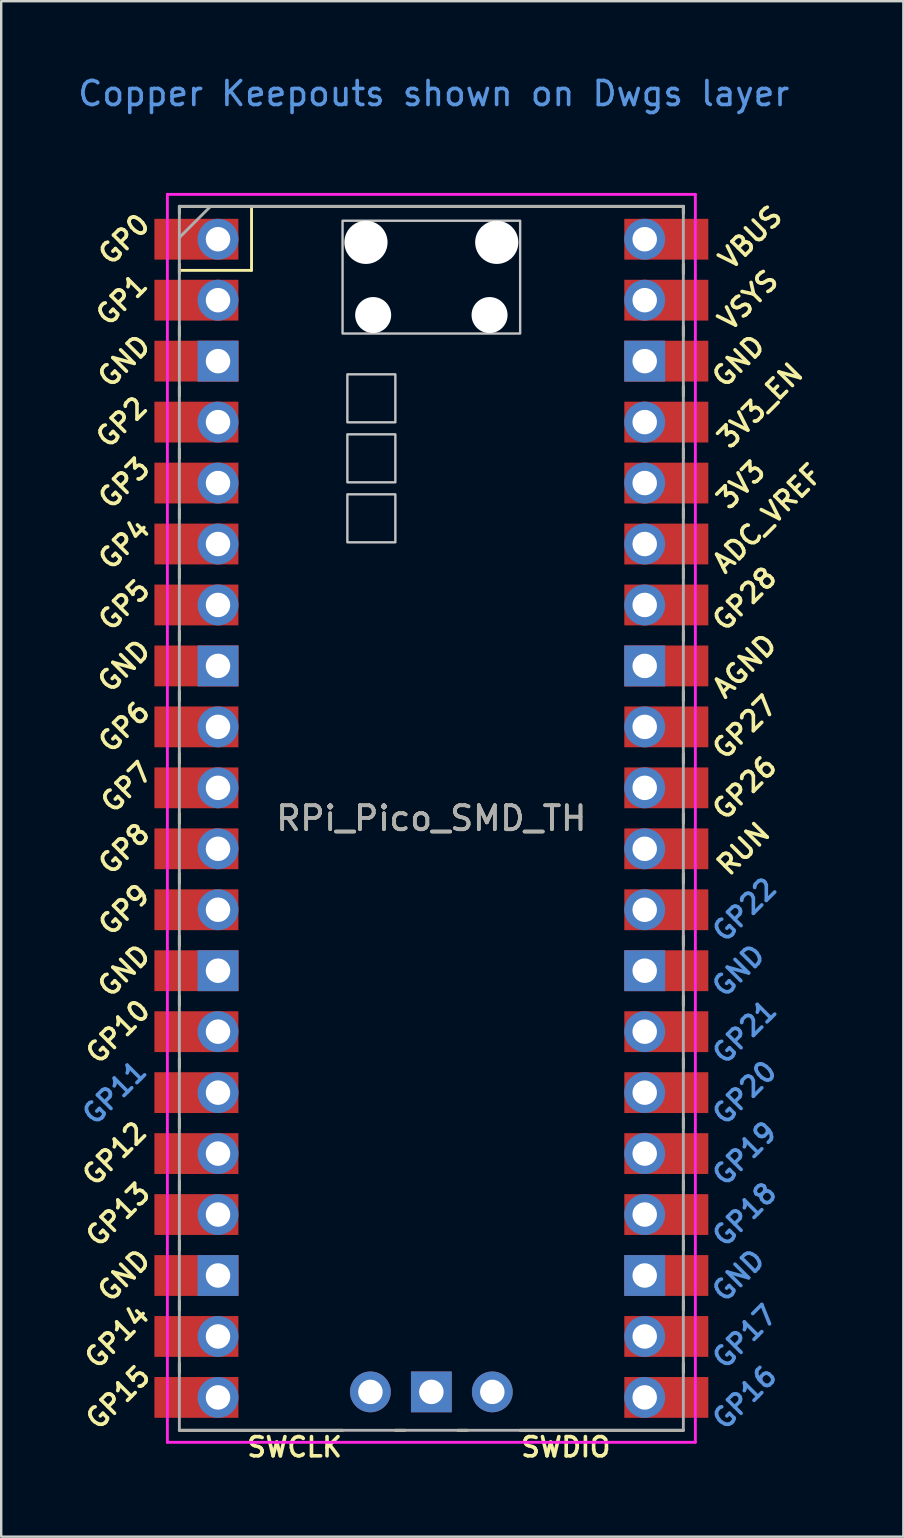
<source format=kicad_pcb>
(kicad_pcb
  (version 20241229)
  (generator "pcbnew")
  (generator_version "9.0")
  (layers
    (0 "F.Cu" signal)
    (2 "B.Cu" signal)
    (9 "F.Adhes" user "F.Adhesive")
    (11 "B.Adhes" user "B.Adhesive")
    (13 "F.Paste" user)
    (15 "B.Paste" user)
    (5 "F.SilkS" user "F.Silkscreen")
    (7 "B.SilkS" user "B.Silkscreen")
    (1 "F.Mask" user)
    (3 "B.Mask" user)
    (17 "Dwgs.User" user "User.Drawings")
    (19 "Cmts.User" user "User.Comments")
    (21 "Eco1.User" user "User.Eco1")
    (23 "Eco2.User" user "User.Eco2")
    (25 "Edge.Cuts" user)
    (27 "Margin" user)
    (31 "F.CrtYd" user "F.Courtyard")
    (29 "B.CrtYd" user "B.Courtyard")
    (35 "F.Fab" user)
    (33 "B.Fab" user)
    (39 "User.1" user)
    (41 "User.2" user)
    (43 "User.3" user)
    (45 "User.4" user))
  (footprint "RPi_Pico_SMD_TH"
    (layer "F.Cu")
    (at 14.924 31.048)
    (property "Reference" "RPi_Pico_SMD_TH" (at 0 0 0) (layer "F.SilkS") (effects (font (size 1 1) (thickness 0.15))))
    (fp_line (start -10.5 -25.5) (end -10.5 -25.2) (stroke (width 0.12) (type solid)) (layer "F.SilkS"))
    (fp_line (start -10.5 -25.5) (end 10.5 -25.5) (stroke (width 0.12) (type solid)) (layer "F.SilkS"))
    (fp_line (start -10.5 -23.1) (end -10.5 -22.7) (stroke (width 0.12) (type solid)) (layer "F.SilkS"))
    (fp_line (start -10.5 -22.833) (end -7.493 -22.833) (stroke (width 0.12) (type solid)) (layer "F.SilkS"))
    (fp_line (start -10.5 -20.5) (end -10.5 -20.1) (stroke (width 0.12) (type solid)) (layer "F.SilkS"))
    (fp_line (start -10.5 -18) (end -10.5 -17.6) (stroke (width 0.12) (type solid)) (layer "F.SilkS"))
    (fp_line (start -10.5 -15.4) (end -10.5 -15) (stroke (width 0.12) (type solid)) (layer "F.SilkS"))
    (fp_line (start -10.5 -12.9) (end -10.5 -12.5) (stroke (width 0.12) (type solid)) (layer "F.SilkS"))
    (fp_line (start -10.5 -10.4) (end -10.5 -10) (stroke (width 0.12) (type solid)) (layer "F.SilkS"))
    (fp_line (start -10.5 -7.8) (end -10.5 -7.4) (stroke (width 0.12) (type solid)) (layer "F.SilkS"))
    (fp_line (start -10.5 -5.3) (end -10.5 -4.9) (stroke (width 0.12) (type solid)) (layer "F.SilkS"))
    (fp_line (start -10.5 -2.7) (end -10.5 -2.3) (stroke (width 0.12) (type solid)) (layer "F.SilkS"))
    (fp_line (start -10.5 -0.2) (end -10.5 0.2) (stroke (width 0.12) (type solid)) (layer "F.SilkS"))
    (fp_line (start -10.5 2.3) (end -10.5 2.7) (stroke (width 0.12) (type solid)) (layer "F.SilkS"))
    (fp_line (start -10.5 4.9) (end -10.5 5.3) (stroke (width 0.12) (type solid)) (layer "F.SilkS"))
    (fp_line (start -10.5 7.4) (end -10.5 7.8) (stroke (width 0.12) (type solid)) (layer "F.SilkS"))
    (fp_line (start -10.5 10) (end -10.5 10.4) (stroke (width 0.12) (type solid)) (layer "F.SilkS"))
    (fp_line (start -10.5 12.5) (end -10.5 12.9) (stroke (width 0.12) (type solid)) (layer "F.SilkS"))
    (fp_line (start -10.5 15.1) (end -10.5 15.5) (stroke (width 0.12) (type solid)) (layer "F.SilkS"))
    (fp_line (start -10.5 17.6) (end -10.5 18) (stroke (width 0.12) (type solid)) (layer "F.SilkS"))
    (fp_line (start -10.5 20.1) (end -10.5 20.5) (stroke (width 0.12) (type solid)) (layer "F.SilkS"))
    (fp_line (start -10.5 22.7) (end -10.5 23.1) (stroke (width 0.12) (type solid)) (layer "F.SilkS"))
    (fp_line (start -7.493 -22.833) (end -7.493 -25.5) (stroke (width 0.12) (type solid)) (layer "F.SilkS"))
    (fp_line (start -3.7 25.5) (end -10.5 25.5) (stroke (width 0.12) (type solid)) (layer "F.SilkS"))
    (fp_line (start -1.5 25.5) (end -1.1 25.5) (stroke (width 0.12) (type solid)) (layer "F.SilkS"))
    (fp_line (start 1.1 25.5) (end 1.5 25.5) (stroke (width 0.12) (type solid)) (layer "F.SilkS"))
    (fp_line (start 10.5 -25.5) (end 10.5 -25.2) (stroke (width 0.12) (type solid)) (layer "F.SilkS"))
    (fp_line (start 10.5 -23.1) (end 10.5 -22.7) (stroke (width 0.12) (type solid)) (layer "F.SilkS"))
    (fp_line (start 10.5 -20.5) (end 10.5 -20.1) (stroke (width 0.12) (type solid)) (layer "F.SilkS"))
    (fp_line (start 10.5 -18) (end 10.5 -17.6) (stroke (width 0.12) (type solid)) (layer "F.SilkS"))
    (fp_line (start 10.5 -15.4) (end 10.5 -15) (stroke (width 0.12) (type solid)) (layer "F.SilkS"))
    (fp_line (start 10.5 -12.9) (end 10.5 -12.5) (stroke (width 0.12) (type solid)) (layer "F.SilkS"))
    (fp_line (start 10.5 -10.4) (end 10.5 -10) (stroke (width 0.12) (type solid)) (layer "F.SilkS"))
    (fp_line (start 10.5 -7.8) (end 10.5 -7.4) (stroke (width 0.12) (type solid)) (layer "F.SilkS"))
    (fp_line (start 10.5 -5.3) (end 10.5 -4.9) (stroke (width 0.12) (type solid)) (layer "F.SilkS"))
    (fp_line (start 10.5 -2.7) (end 10.5 -2.3) (stroke (width 0.12) (type solid)) (layer "F.SilkS"))
    (fp_line (start 10.5 -0.2) (end 10.5 0.2) (stroke (width 0.12) (type solid)) (layer "F.SilkS"))
    (fp_line (start 10.5 2.3) (end 10.5 2.7) (stroke (width 0.12) (type solid)) (layer "F.SilkS"))
    (fp_line (start 10.5 4.9) (end 10.5 5.3) (stroke (width 0.12) (type solid)) (layer "F.SilkS"))
    (fp_line (start 10.5 7.4) (end 10.5 7.8) (stroke (width 0.12) (type solid)) (layer "F.SilkS"))
    (fp_line (start 10.5 10) (end 10.5 10.4) (stroke (width 0.12) (type solid)) (layer "F.SilkS"))
    (fp_line (start 10.5 12.5) (end 10.5 12.9) (stroke (width 0.12) (type solid)) (layer "F.SilkS"))
    (fp_line (start 10.5 15.1) (end 10.5 15.5) (stroke (width 0.12) (type solid)) (layer "F.SilkS"))
    (fp_line (start 10.5 17.6) (end 10.5 18) (stroke (width 0.12) (type solid)) (layer "F.SilkS"))
    (fp_line (start 10.5 20.1) (end 10.5 20.5) (stroke (width 0.12) (type solid)) (layer "F.SilkS"))
    (fp_line (start 10.5 22.7) (end 10.5 23.1) (stroke (width 0.12) (type solid)) (layer "F.SilkS"))
    (fp_line (start 10.5 25.5) (end 3.7 25.5) (stroke (width 0.12) (type solid)) (layer "F.SilkS"))
    (fp_poly (pts (xy -1.5 -16.5) (xy -3.5 -16.5) (xy -3.5 -18.5) (xy -1.5 -18.5)) (stroke (width 0.1) (type solid)) (fill no) (layer "Dwgs.User"))
    (fp_poly (pts (xy -1.5 -14) (xy -3.5 -14) (xy -3.5 -16) (xy -1.5 -16)) (stroke (width 0.1) (type solid)) (fill no) (layer "Dwgs.User"))
    (fp_poly (pts (xy -1.5 -11.5) (xy -3.5 -11.5) (xy -3.5 -13.5) (xy -1.5 -13.5)) (stroke (width 0.1) (type solid)) (fill no) (layer "Dwgs.User"))
    (fp_poly (pts (xy 3.7 -20.2) (xy -3.7 -20.2) (xy -3.7 -24.9) (xy 3.7 -24.9)) (stroke (width 0.1) (type solid)) (fill no) (layer "Dwgs.User"))
    (fp_line (start -11 -26) (end 11 -26) (stroke (width 0.12) (type solid)) (layer "F.CrtYd"))
    (fp_line (start -11 26) (end -11 -26) (stroke (width 0.12) (type solid)) (layer "F.CrtYd"))
    (fp_line (start 11 -26) (end 11 26) (stroke (width 0.12) (type solid)) (layer "F.CrtYd"))
    (fp_line (start 11 26) (end -11 26) (stroke (width 0.12) (type solid)) (layer "F.CrtYd"))
    (fp_line (start -10.5 -25.5) (end 10.5 -25.5) (stroke (width 0.12) (type solid)) (layer "F.Fab"))
    (fp_line (start -10.5 -24.2) (end -9.2 -25.5) (stroke (width 0.12) (type solid)) (layer "F.Fab"))
    (fp_line (start -10.5 25.5) (end -10.5 -25.5) (stroke (width 0.12) (type solid)) (layer "F.Fab"))
    (fp_line (start 10.5 -25.5) (end 10.5 25.5) (stroke (width 0.12) (type solid)) (layer "F.Fab"))
    (fp_line (start 10.5 25.5) (end -10.5 25.5) (stroke (width 0.12) (type solid)) (layer "F.Fab"))
    (fp_text user "GP27" (at 13.054 -3.8 45) (layer "F.SilkS") (effects (font (size 0.8 0.8) (thickness 0.15))))
    (fp_text user "ADC_VREF" (at 14 -12.5 45) (layer "F.SilkS") (effects (font (size 0.8 0.8) (thickness 0.15))))
    (fp_text user "GP2" (at -12.9 -16.51 45) (layer "F.SilkS") (effects (font (size 0.8 0.8) (thickness 0.15))))
    (fp_text user "GP10" (at -13.054 8.89 45) (layer "F.SilkS") (effects (font (size 0.8 0.8) (thickness 0.15))))
    (fp_text user "GND" (at -12.8 -19.05 45) (layer "F.SilkS") (effects (font (size 0.8 0.8) (thickness 0.15))))
    (fp_text user "AGND" (at 13.054 -6.35 45) (layer "F.SilkS") (effects (font (size 0.8 0.8) (thickness 0.15))))
    (fp_text user "GP3" (at -12.8 -13.97 45) (layer "F.SilkS") (effects (font (size 0.8 0.8) (thickness 0.15))))
    (fp_text user "VSYS" (at 13.2 -21.59 45) (layer "F.SilkS") (effects (font (size 0.8 0.8) (thickness 0.15))))
    (fp_text user "GP0" (at -12.8 -24.13 45) (layer "F.SilkS") (effects (font (size 0.8 0.8) (thickness 0.15))))
    (fp_text user "GP15" (at -13.054 24.13 45) (layer "F.SilkS") (effects (font (size 0.8 0.8) (thickness 0.15))))
    (fp_text user "GP9" (at -12.8 3.81 45) (layer "F.SilkS") (effects (font (size 0.8 0.8) (thickness 0.15))))
    (fp_text user "VBUS" (at 13.3 -24.2 45) (layer "F.SilkS") (effects (font (size 0.8 0.8) (thickness 0.15))))
    (fp_text user "3V3" (at 12.9 -13.9 45) (layer "F.SilkS") (effects (font (size 0.8 0.8) (thickness 0.15))))
    (fp_text user "SWDIO" (at 5.6 26.2 0) (layer "F.SilkS") (effects (font (size 0.8 0.8) (thickness 0.15))))
    (fp_text user "GP1" (at -12.9 -21.6 45) (layer "F.SilkS") (effects (font (size 0.8 0.8) (thickness 0.15))))
    (fp_text user "GP7" (at -12.7 -1.3 45) (layer "F.SilkS") (effects (font (size 0.8 0.8) (thickness 0.15))))
    (fp_text user "GP12" (at -13.2 13.97 45) (layer "F.SilkS") (effects (font (size 0.8 0.8) (thickness 0.15))))
    (fp_text user "GP26" (at 13.054 -1.27 45) (layer "F.SilkS") (effects (font (size 0.8 0.8) (thickness 0.15))))
    (fp_text user "GND" (at -12.8 6.35 45) (layer "F.SilkS") (effects (font (size 0.8 0.8) (thickness 0.15))))
    (fp_text user "GP14" (at -13.1 21.59 45) (layer "F.SilkS") (effects (font (size 0.8 0.8) (thickness 0.15))))
    (fp_text user "GP13" (at -13.054 16.51 45) (layer "F.SilkS") (effects (font (size 0.8 0.8) (thickness 0.15))))
    (fp_text user "GP5" (at -12.8 -8.89 45) (layer "F.SilkS") (effects (font (size 0.8 0.8) (thickness 0.15))))
    (fp_text user "GND" (at 12.8 -19.05 45) (layer "F.SilkS") (effects (font (size 0.8 0.8) (thickness 0.15))))
    (fp_text user "GP8" (at -12.8 1.27 45) (layer "F.SilkS") (effects (font (size 0.8 0.8) (thickness 0.15))))
    (fp_text user "GP6" (at -12.8 -3.81 45) (layer "F.SilkS") (effects (font (size 0.8 0.8) (thickness 0.15))))
    (fp_text user "3V3_EN" (at 13.7 -17.2 45) (layer "F.SilkS") (effects (font (size 0.8 0.8) (thickness 0.15))))
    (fp_text user "GND" (at -12.8 19.05 45) (layer "F.SilkS") (effects (font (size 0.8 0.8) (thickness 0.15))))
    (fp_text user "SWCLK" (at -5.7 26.2 0) (layer "F.SilkS") (effects (font (size 0.8 0.8) (thickness 0.15))))
    (fp_text user "GP28" (at 13.054 -9.144 45) (layer "F.SilkS") (effects (font (size 0.8 0.8) (thickness 0.15))))
    (fp_text user "RUN" (at 13 1.27 45) (layer "F.SilkS") (effects (font (size 0.8 0.8) (thickness 0.15))))
    (fp_text user "GND" (at -12.8 -6.35 45) (layer "F.SilkS") (effects (font (size 0.8 0.8) (thickness 0.15))))
    (fp_text user "GP4" (at -12.8 -11.43 45) (layer "F.SilkS") (effects (font (size 0.8 0.8) (thickness 0.15))))
    (fp_text user "GP16" (at 13.054 24.13 45) (layer "Cmts.User") (effects (font (size 0.8 0.8) (thickness 0.15))))
    (fp_text user "Copper Keepouts shown on Dwgs layer" (at 0.1 -30.2 0) (layer "Cmts.User") (effects (font (size 1 1) (thickness 0.15))))
    (fp_text user "GP21" (at 13.054 8.9 45) (layer "Cmts.User") (effects (font (size 0.8 0.8) (thickness 0.15))))
    (fp_text user "GP11" (at -13.2 11.43 45) (layer "Cmts.User") (effects (font (size 0.8 0.8) (thickness 0.15))))
    (fp_text user "GP19" (at 13.054 13.97 45) (layer "Cmts.User") (effects (font (size 0.8 0.8) (thickness 0.15))))
    (fp_text user "GP18" (at 13.054 16.51 45) (layer "Cmts.User") (effects (font (size 0.8 0.8) (thickness 0.15))))
    (fp_text user "GP22" (at 13.054 3.81 45) (layer "Cmts.User") (effects (font (size 0.8 0.8) (thickness 0.15))))
    (fp_text user "GND" (at 12.8 6.35 45) (layer "Cmts.User") (effects (font (size 0.8 0.8) (thickness 0.15))))
    (fp_text user "GP17" (at 13.054 21.59 45) (layer "Cmts.User") (effects (font (size 0.8 0.8) (thickness 0.15))))
    (fp_text user "GND" (at 12.8 19.05 45) (layer "Cmts.User") (effects (font (size 0.8 0.8) (thickness 0.15))))
    (fp_text user "GP20" (at 13.054 11.43 45) (layer "Cmts.User") (effects (font (size 0.8 0.8) (thickness 0.15))))
    (fp_text user "${REFERENCE}" (at 0 0 180) (layer "F.Fab") (effects (font (size 1 1) (thickness 0.15))))
    (pad "" np_thru_hole oval (at -2.725 -24) (size 1.8 1.8) (drill 1.8) (layers "*.Cu" "*.Mask"))
    (pad "" np_thru_hole oval (at -2.425 -20.97) (size 1.5 1.5) (drill 1.5) (layers "*.Cu" "*.Mask"))
    (pad "" np_thru_hole oval (at 2.425 -20.97) (size 1.5 1.5) (drill 1.5) (layers "*.Cu" "*.Mask"))
    (pad "" np_thru_hole oval (at 2.725 -24) (size 1.8 1.8) (drill 1.8) (layers "*.Cu" "*.Mask"))
    (pad "1" thru_hole oval (at -8.89 -24.13) (size 1.7 1.7) (drill 1.02) (layers "*.Cu" "*.Mask"))
    (pad "1" smd rect (at -8.89 -24.13) (size 3.5 1.7) (drill (offset -0.9 0)) (layers "F.Cu" "F.Mask"))
    (pad "2" thru_hole oval (at -8.89 -21.59) (size 1.7 1.7) (drill 1.02) (layers "*.Cu" "*.Mask"))
    (pad "2" smd rect (at -8.89 -21.59) (size 3.5 1.7) (drill (offset -0.9 0)) (layers "F.Cu" "F.Mask"))
    (pad "3" thru_hole rect (at -8.89 -19.05) (size 1.7 1.7) (drill 1.02) (layers "*.Cu" "*.Mask"))
    (pad "3" smd rect (at -8.89 -19.05) (size 3.5 1.7) (drill (offset -0.9 0)) (layers "F.Cu" "F.Mask"))
    (pad "4" thru_hole oval (at -8.89 -16.51) (size 1.7 1.7) (drill 1.02) (layers "*.Cu" "*.Mask"))
    (pad "4" smd rect (at -8.89 -16.51) (size 3.5 1.7) (drill (offset -0.9 0)) (layers "F.Cu" "F.Mask"))
    (pad "5" thru_hole oval (at -8.89 -13.97) (size 1.7 1.7) (drill 1.02) (layers "*.Cu" "*.Mask"))
    (pad "5" smd rect (at -8.89 -13.97) (size 3.5 1.7) (drill (offset -0.9 0)) (layers "F.Cu" "F.Mask"))
    (pad "6" thru_hole oval (at -8.89 -11.43) (size 1.7 1.7) (drill 1.02) (layers "*.Cu" "*.Mask"))
    (pad "6" smd rect (at -8.89 -11.43) (size 3.5 1.7) (drill (offset -0.9 0)) (layers "F.Cu" "F.Mask"))
    (pad "7" thru_hole oval (at -8.89 -8.89) (size 1.7 1.7) (drill 1.02) (layers "*.Cu" "*.Mask"))
    (pad "7" smd rect (at -8.89 -8.89) (size 3.5 1.7) (drill (offset -0.9 0)) (layers "F.Cu" "F.Mask"))
    (pad "8" thru_hole rect (at -8.89 -6.35) (size 1.7 1.7) (drill 1.02) (layers "*.Cu" "*.Mask"))
    (pad "8" smd rect (at -8.89 -6.35) (size 3.5 1.7) (drill (offset -0.9 0)) (layers "F.Cu" "F.Mask"))
    (pad "9" thru_hole oval (at -8.89 -3.81) (size 1.7 1.7) (drill 1.02) (layers "*.Cu" "*.Mask"))
    (pad "9" smd rect (at -8.89 -3.81) (size 3.5 1.7) (drill (offset -0.9 0)) (layers "F.Cu" "F.Mask"))
    (pad "10" thru_hole oval (at -8.89 -1.27) (size 1.7 1.7) (drill 1.02) (layers "*.Cu" "*.Mask"))
    (pad "10" smd rect (at -8.89 -1.27) (size 3.5 1.7) (drill (offset -0.9 0)) (layers "F.Cu" "F.Mask"))
    (pad "11" thru_hole oval (at -8.89 1.27) (size 1.7 1.7) (drill 1.02) (layers "*.Cu" "*.Mask"))
    (pad "11" smd rect (at -8.89 1.27) (size 3.5 1.7) (drill (offset -0.9 0)) (layers "F.Cu" "F.Mask"))
    (pad "12" thru_hole oval (at -8.89 3.81) (size 1.7 1.7) (drill 1.02) (layers "*.Cu" "*.Mask"))
    (pad "12" smd rect (at -8.89 3.81) (size 3.5 1.7) (drill (offset -0.9 0)) (layers "F.Cu" "F.Mask"))
    (pad "13" thru_hole rect (at -8.89 6.35) (size 1.7 1.7) (drill 1.02) (layers "*.Cu" "*.Mask"))
    (pad "13" smd rect (at -8.89 6.35) (size 3.5 1.7) (drill (offset -0.9 0)) (layers "F.Cu" "F.Mask"))
    (pad "14" thru_hole oval (at -8.89 8.89) (size 1.7 1.7) (drill 1.02) (layers "*.Cu" "*.Mask"))
    (pad "14" smd rect (at -8.89 8.89) (size 3.5 1.7) (drill (offset -0.9 0)) (layers "F.Cu" "F.Mask"))
    (pad "15" thru_hole oval (at -8.89 11.43) (size 1.7 1.7) (drill 1.02) (layers "*.Cu" "*.Mask"))
    (pad "15" smd rect (at -8.89 11.43) (size 3.5 1.7) (drill (offset -0.9 0)) (layers "F.Cu" "F.Mask"))
    (pad "16" thru_hole oval (at -8.89 13.97) (size 1.7 1.7) (drill 1.02) (layers "*.Cu" "*.Mask"))
    (pad "16" smd rect (at -8.89 13.97) (size 3.5 1.7) (drill (offset -0.9 0)) (layers "F.Cu" "F.Mask"))
    (pad "17" thru_hole oval (at -8.89 16.51) (size 1.7 1.7) (drill 1.02) (layers "*.Cu" "*.Mask"))
    (pad "17" smd rect (at -8.89 16.51) (size 3.5 1.7) (drill (offset -0.9 0)) (layers "F.Cu" "F.Mask"))
    (pad "18" thru_hole rect (at -8.89 19.05) (size 1.7 1.7) (drill 1.02) (layers "*.Cu" "*.Mask"))
    (pad "18" smd rect (at -8.89 19.05) (size 3.5 1.7) (drill (offset -0.9 0)) (layers "F.Cu" "F.Mask"))
    (pad "19" thru_hole oval (at -8.89 21.59) (size 1.7 1.7) (drill 1.02) (layers "*.Cu" "*.Mask"))
    (pad "19" smd rect (at -8.89 21.59) (size 3.5 1.7) (drill (offset -0.9 0)) (layers "F.Cu" "F.Mask"))
    (pad "20" thru_hole oval (at -8.89 24.13) (size 1.7 1.7) (drill 1.02) (layers "*.Cu" "*.Mask"))
    (pad "20" smd rect (at -8.89 24.13) (size 3.5 1.7) (drill (offset -0.9 0)) (layers "F.Cu" "F.Mask"))
    (pad "21" thru_hole oval (at 8.89 24.13) (size 1.7 1.7) (drill 1.02) (layers "*.Cu" "*.Mask"))
    (pad "21" smd rect (at 8.89 24.13) (size 3.5 1.7) (drill (offset 0.9 0)) (layers "F.Cu" "F.Mask"))
    (pad "22" thru_hole oval (at 8.89 21.59) (size 1.7 1.7) (drill 1.02) (layers "*.Cu" "*.Mask"))
    (pad "22" smd rect (at 8.89 21.59) (size 3.5 1.7) (drill (offset 0.9 0)) (layers "F.Cu" "F.Mask"))
    (pad "23" thru_hole rect (at 8.89 19.05) (size 1.7 1.7) (drill 1.02) (layers "*.Cu" "*.Mask"))
    (pad "23" smd rect (at 8.89 19.05) (size 3.5 1.7) (drill (offset 0.9 0)) (layers "F.Cu" "F.Mask"))
    (pad "24" thru_hole oval (at 8.89 16.51) (size 1.7 1.7) (drill 1.02) (layers "*.Cu" "*.Mask"))
    (pad "24" smd rect (at 8.89 16.51) (size 3.5 1.7) (drill (offset 0.9 0)) (layers "F.Cu" "F.Mask"))
    (pad "25" thru_hole oval (at 8.89 13.97) (size 1.7 1.7) (drill 1.02) (layers "*.Cu" "*.Mask"))
    (pad "25" smd rect (at 8.89 13.97) (size 3.5 1.7) (drill (offset 0.9 0)) (layers "F.Cu" "F.Mask"))
    (pad "26" thru_hole oval (at 8.89 11.43) (size 1.7 1.7) (drill 1.02) (layers "*.Cu" "*.Mask"))
    (pad "26" smd rect (at 8.89 11.43) (size 3.5 1.7) (drill (offset 0.9 0)) (layers "F.Cu" "F.Mask"))
    (pad "27" thru_hole oval (at 8.89 8.89) (size 1.7 1.7) (drill 1.02) (layers "*.Cu" "*.Mask"))
    (pad "27" smd rect (at 8.89 8.89) (size 3.5 1.7) (drill (offset 0.9 0)) (layers "F.Cu" "F.Mask"))
    (pad "28" thru_hole rect (at 8.89 6.35) (size 1.7 1.7) (drill 1.02) (layers "*.Cu" "*.Mask"))
    (pad "28" smd rect (at 8.89 6.35) (size 3.5 1.7) (drill (offset 0.9 0)) (layers "F.Cu" "F.Mask"))
    (pad "29" thru_hole oval (at 8.89 3.81) (size 1.7 1.7) (drill 1.02) (layers "*.Cu" "*.Mask"))
    (pad "29" smd rect (at 8.89 3.81) (size 3.5 1.7) (drill (offset 0.9 0)) (layers "F.Cu" "F.Mask"))
    (pad "30" thru_hole oval (at 8.89 1.27) (size 1.7 1.7) (drill 1.02) (layers "*.Cu" "*.Mask"))
    (pad "30" smd rect (at 8.89 1.27) (size 3.5 1.7) (drill (offset 0.9 0)) (layers "F.Cu" "F.Mask"))
    (pad "31" thru_hole oval (at 8.89 -1.27) (size 1.7 1.7) (drill 1.02) (layers "*.Cu" "*.Mask"))
    (pad "31" smd rect (at 8.89 -1.27) (size 3.5 1.7) (drill (offset 0.9 0)) (layers "F.Cu" "F.Mask"))
    (pad "32" thru_hole oval (at 8.89 -3.81) (size 1.7 1.7) (drill 1.02) (layers "*.Cu" "*.Mask"))
    (pad "32" smd rect (at 8.89 -3.81) (size 3.5 1.7) (drill (offset 0.9 0)) (layers "F.Cu" "F.Mask"))
    (pad "33" thru_hole rect (at 8.89 -6.35) (size 1.7 1.7) (drill 1.02) (layers "*.Cu" "*.Mask"))
    (pad "33" smd rect (at 8.89 -6.35) (size 3.5 1.7) (drill (offset 0.9 0)) (layers "F.Cu" "F.Mask"))
    (pad "34" thru_hole oval (at 8.89 -8.89) (size 1.7 1.7) (drill 1.02) (layers "*.Cu" "*.Mask"))
    (pad "34" smd rect (at 8.89 -8.89) (size 3.5 1.7) (drill (offset 0.9 0)) (layers "F.Cu" "F.Mask"))
    (pad "35" thru_hole oval (at 8.89 -11.43) (size 1.7 1.7) (drill 1.02) (layers "*.Cu" "*.Mask"))
    (pad "35" smd rect (at 8.89 -11.43) (size 3.5 1.7) (drill (offset 0.9 0)) (layers "F.Cu" "F.Mask"))
    (pad "36" thru_hole oval (at 8.89 -13.97) (size 1.7 1.7) (drill 1.02) (layers "*.Cu" "*.Mask"))
    (pad "36" smd rect (at 8.89 -13.97) (size 3.5 1.7) (drill (offset 0.9 0)) (layers "F.Cu" "F.Mask"))
    (pad "37" thru_hole oval (at 8.89 -16.51) (size 1.7 1.7) (drill 1.02) (layers "*.Cu" "*.Mask"))
    (pad "37" smd rect (at 8.89 -16.51) (size 3.5 1.7) (drill (offset 0.9 0)) (layers "F.Cu" "F.Mask"))
    (pad "38" thru_hole rect (at 8.89 -19.05) (size 1.7 1.7) (drill 1.02) (layers "*.Cu" "*.Mask"))
    (pad "38" smd rect (at 8.89 -19.05) (size 3.5 1.7) (drill (offset 0.9 0)) (layers "F.Cu" "F.Mask"))
    (pad "39" thru_hole oval (at 8.89 -21.59) (size 1.7 1.7) (drill 1.02) (layers "*.Cu" "*.Mask"))
    (pad "39" smd rect (at 8.89 -21.59) (size 3.5 1.7) (drill (offset 0.9 0)) (layers "F.Cu" "F.Mask"))
    (pad "40" thru_hole oval (at 8.89 -24.13) (size 1.7 1.7) (drill 1.02) (layers "*.Cu" "*.Mask"))
    (pad "40" smd rect (at 8.89 -24.13) (size 3.5 1.7) (drill (offset 0.9 0)) (layers "F.Cu" "F.Mask"))
    (pad "41" thru_hole oval (at -2.54 23.9) (size 1.7 1.7) (drill 1.02) (layers "*.Cu" "*.Mask"))
    (pad "42" thru_hole rect (at 0 23.9) (size 1.7 1.7) (drill 1.02) (layers "*.Cu" "*.Mask"))
    (pad "43" thru_hole oval (at 2.54 23.9) (size 1.7 1.7) (drill 1.02) (layers "*.Cu" "*.Mask")))
  (gr_rect
    (start -3 -3)
    (end 34.591 60.98)
    (stroke (width 0.1) (type default))
    (fill no)
    (layer "Edge.Cuts")))
</source>
